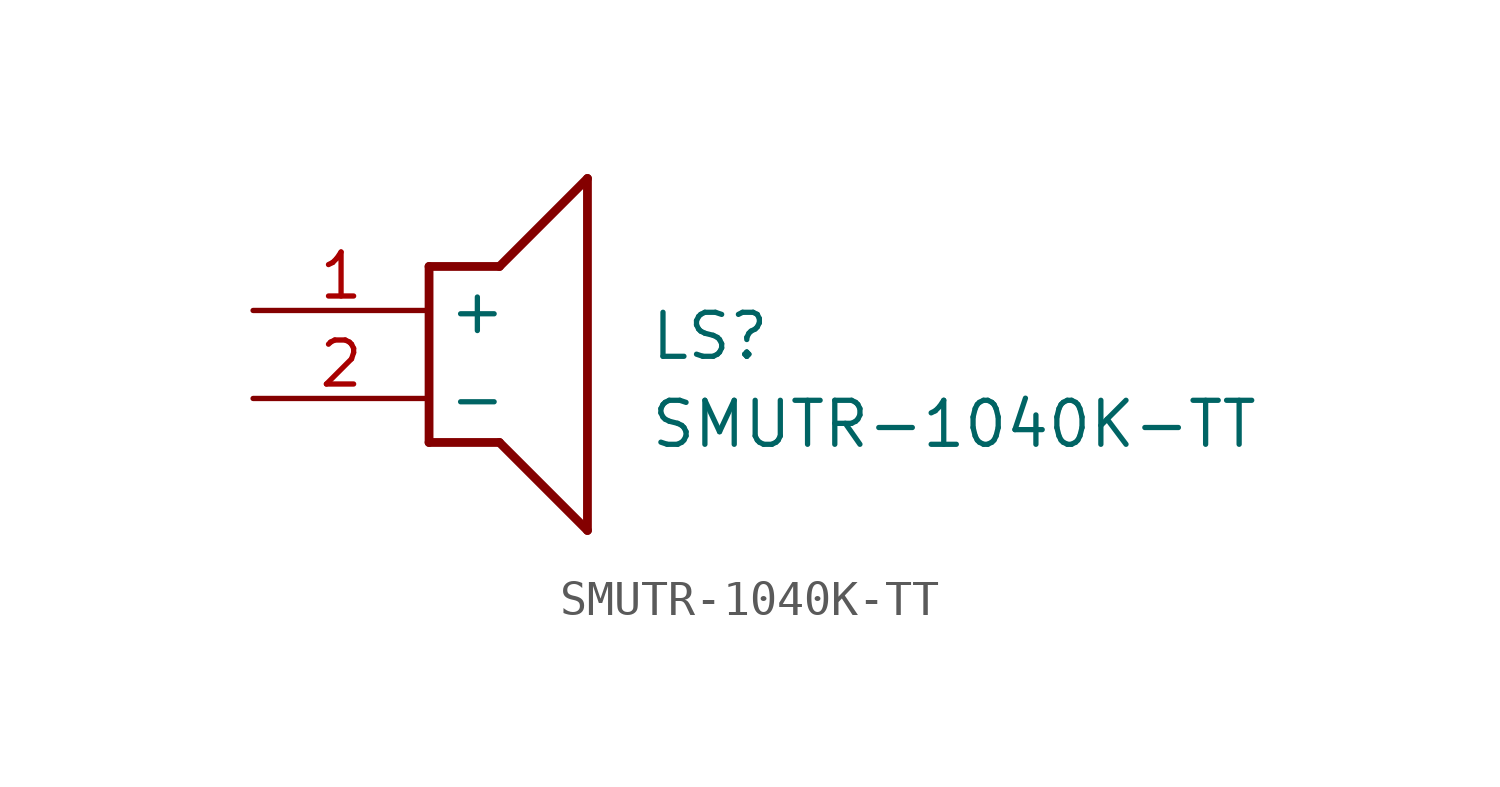
<source format=kicad_sym>
(kicad_symbol_lib
  (version 20211014)
  (generator SamacSys_ECAD_Model)
  (symbol "SMUTR-1040K-TT"
    (property "Reference" "LS"
      (at 11.43 0 0)
      (effects (font (size 1.27 1.27)) (justify left top)))
    (property "Value" "SMUTR-1040K-TT"
      (at 11.43 -2.54 0)
      (effects (font (size 1.27 1.27)) (justify left top)))
    (polyline
      (pts (xy 5.08 1.27) (xy 7.112 1.27))
      (stroke (width 0.254) (type default))
      (fill (type none)))
    (polyline
      (pts (xy 9.652 3.81) (xy 7.112 1.27))
      (stroke (width 0.254) (type default))
      (fill (type none)))
    (polyline
      (pts (xy 9.652 3.81) (xy 9.652 -6.35))
      (stroke (width 0.254) (type default))
      (fill (type none)))
    (polyline
      (pts (xy 7.112 -3.81) (xy 9.652 -6.35))
      (stroke (width 0.254) (type default))
      (fill (type none)))
    (polyline
      (pts (xy 7.112 -3.81) (xy 5.08 -3.81))
      (stroke (width 0.254) (type default))
      (fill (type none)))
    (polyline
      (pts (xy 5.08 1.27) (xy 5.08 -3.81))
      (stroke (width 0.254) (type default))
      (fill (type none)))
    (pin passive line
      (at 0 0 0)
      (length 5.08)
      (name "+" (effects (font (size 1.27 1.27))))
      (number "1" (effects (font (size 1.27 1.27)))))
    (pin passive line
      (at 0 -2.54 0)
      (length 5.08)
      (name "-" (effects (font (size 1.27 1.27))))
      (number "2" (effects (font (size 1.27 1.27)))))))
</source>
